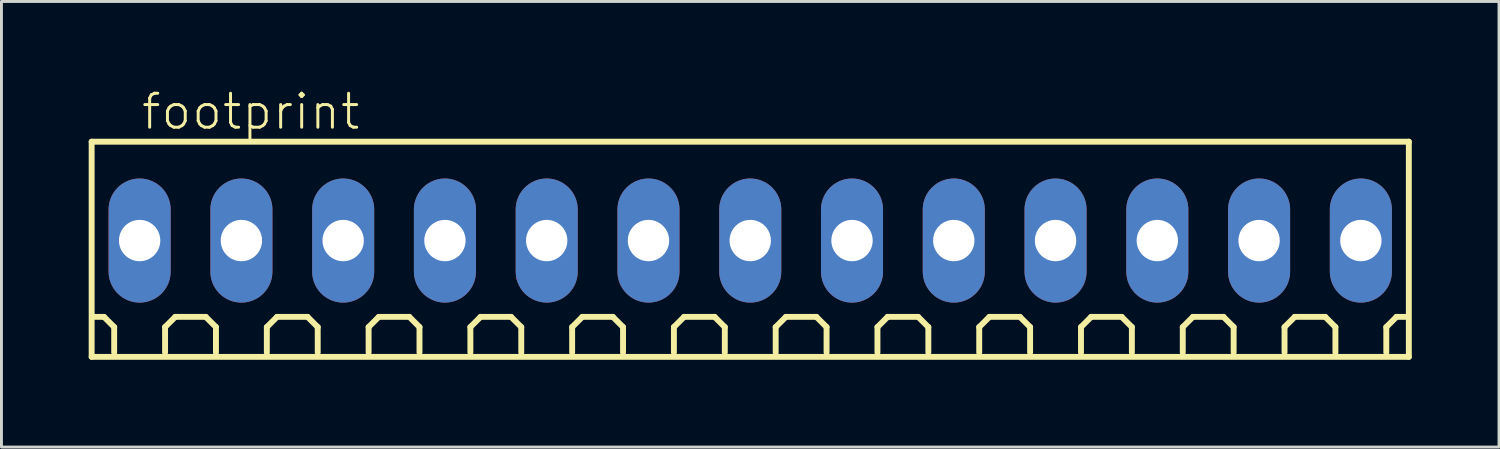
<source format=kicad_pcb>
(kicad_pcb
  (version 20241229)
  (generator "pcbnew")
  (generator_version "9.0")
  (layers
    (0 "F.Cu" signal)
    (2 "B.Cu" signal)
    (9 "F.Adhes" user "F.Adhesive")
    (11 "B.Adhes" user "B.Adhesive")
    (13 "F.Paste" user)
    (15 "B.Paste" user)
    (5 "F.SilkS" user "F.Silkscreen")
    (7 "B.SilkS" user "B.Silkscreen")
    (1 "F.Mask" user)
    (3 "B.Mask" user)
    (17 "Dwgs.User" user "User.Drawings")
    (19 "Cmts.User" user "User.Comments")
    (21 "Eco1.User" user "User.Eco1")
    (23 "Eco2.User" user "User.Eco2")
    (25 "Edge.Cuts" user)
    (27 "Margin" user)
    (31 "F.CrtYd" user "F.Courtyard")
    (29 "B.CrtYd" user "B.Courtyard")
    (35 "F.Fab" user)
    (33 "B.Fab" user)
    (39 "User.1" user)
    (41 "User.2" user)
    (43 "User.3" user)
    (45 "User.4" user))
  (footprint "footprint"
    (layer "F.Cu")
    (at 22.752 5.223)
    (property "Reference" "footprint" (at -21 -3.75 0) (layer "F.SilkS") (effects (font (size 1.168 1.168) (thickness 0.102)) (justify left bottom)))
    (fp_line (start -22.65 -3.4) (end 22.65 -3.4) (stroke (width 0.203) (type solid)) (layer "F.SilkS"))
    (fp_line (start -22.65 4) (end -22.65 -3.4) (stroke (width 0.203) (type solid)) (layer "F.SilkS"))
    (fp_line (start -22.225 2.625) (end -22.575 2.625) (stroke (width 0.203) (type solid)) (layer "F.SilkS"))
    (fp_line (start -21.875 2.975) (end -22.225 2.625) (stroke (width 0.203) (type solid)) (layer "F.SilkS"))
    (fp_line (start -21.875 3.85) (end -21.875 2.975) (stroke (width 0.203) (type solid)) (layer "F.SilkS"))
    (fp_line (start -20.125 2.975) (end -19.775 2.625) (stroke (width 0.203) (type solid)) (layer "F.SilkS"))
    (fp_line (start -20.125 3.85) (end -20.125 2.975) (stroke (width 0.203) (type solid)) (layer "F.SilkS"))
    (fp_line (start -19.775 2.625) (end -18.725 2.625) (stroke (width 0.203) (type solid)) (layer "F.SilkS"))
    (fp_line (start -18.725 2.625) (end -18.375 2.975) (stroke (width 0.203) (type solid)) (layer "F.SilkS"))
    (fp_line (start -18.375 2.975) (end -18.375 3.85) (stroke (width 0.203) (type solid)) (layer "F.SilkS"))
    (fp_line (start -16.625 2.975) (end -16.275 2.625) (stroke (width 0.203) (type solid)) (layer "F.SilkS"))
    (fp_line (start -16.625 3.85) (end -16.625 2.975) (stroke (width 0.203) (type solid)) (layer "F.SilkS"))
    (fp_line (start -16.275 2.625) (end -15.225 2.625) (stroke (width 0.203) (type solid)) (layer "F.SilkS"))
    (fp_line (start -15.225 2.625) (end -14.875 2.975) (stroke (width 0.203) (type solid)) (layer "F.SilkS"))
    (fp_line (start -14.875 2.975) (end -14.875 3.85) (stroke (width 0.203) (type solid)) (layer "F.SilkS"))
    (fp_line (start -13.125 2.975) (end -12.775 2.625) (stroke (width 0.203) (type solid)) (layer "F.SilkS"))
    (fp_line (start -13.125 3.85) (end -13.125 2.975) (stroke (width 0.203) (type solid)) (layer "F.SilkS"))
    (fp_line (start -12.775 2.625) (end -11.725 2.625) (stroke (width 0.203) (type solid)) (layer "F.SilkS"))
    (fp_line (start -11.725 2.625) (end -11.375 2.975) (stroke (width 0.203) (type solid)) (layer "F.SilkS"))
    (fp_line (start -11.375 2.975) (end -11.375 3.85) (stroke (width 0.203) (type solid)) (layer "F.SilkS"))
    (fp_line (start -9.625 2.975) (end -9.275 2.625) (stroke (width 0.203) (type solid)) (layer "F.SilkS"))
    (fp_line (start -9.625 3.85) (end -9.625 2.975) (stroke (width 0.203) (type solid)) (layer "F.SilkS"))
    (fp_line (start -9.275 2.625) (end -8.225 2.625) (stroke (width 0.203) (type solid)) (layer "F.SilkS"))
    (fp_line (start -8.225 2.625) (end -7.875 2.975) (stroke (width 0.203) (type solid)) (layer "F.SilkS"))
    (fp_line (start -7.875 2.975) (end -7.875 3.85) (stroke (width 0.203) (type solid)) (layer "F.SilkS"))
    (fp_line (start -6.125 2.975) (end -5.775 2.625) (stroke (width 0.203) (type solid)) (layer "F.SilkS"))
    (fp_line (start -6.125 3.85) (end -6.125 2.975) (stroke (width 0.203) (type solid)) (layer "F.SilkS"))
    (fp_line (start -5.775 2.625) (end -4.725 2.625) (stroke (width 0.203) (type solid)) (layer "F.SilkS"))
    (fp_line (start -4.725 2.625) (end -4.375 2.975) (stroke (width 0.203) (type solid)) (layer "F.SilkS"))
    (fp_line (start -4.375 2.975) (end -4.375 3.85) (stroke (width 0.203) (type solid)) (layer "F.SilkS"))
    (fp_line (start -2.625 2.975) (end -2.275 2.625) (stroke (width 0.203) (type solid)) (layer "F.SilkS"))
    (fp_line (start -2.625 3.85) (end -2.625 2.975) (stroke (width 0.203) (type solid)) (layer "F.SilkS"))
    (fp_line (start -2.275 2.625) (end -1.225 2.625) (stroke (width 0.203) (type solid)) (layer "F.SilkS"))
    (fp_line (start -1.225 2.625) (end -0.875 2.975) (stroke (width 0.203) (type solid)) (layer "F.SilkS"))
    (fp_line (start -0.875 2.975) (end -0.875 3.85) (stroke (width 0.203) (type solid)) (layer "F.SilkS"))
    (fp_line (start 0.875 2.975) (end 1.225 2.625) (stroke (width 0.203) (type solid)) (layer "F.SilkS"))
    (fp_line (start 0.875 3.85) (end 0.875 2.975) (stroke (width 0.203) (type solid)) (layer "F.SilkS"))
    (fp_line (start 1.225 2.625) (end 2.275 2.625) (stroke (width 0.203) (type solid)) (layer "F.SilkS"))
    (fp_line (start 2.275 2.625) (end 2.625 2.975) (stroke (width 0.203) (type solid)) (layer "F.SilkS"))
    (fp_line (start 2.625 2.975) (end 2.625 3.85) (stroke (width 0.203) (type solid)) (layer "F.SilkS"))
    (fp_line (start 4.375 2.975) (end 4.725 2.625) (stroke (width 0.203) (type solid)) (layer "F.SilkS"))
    (fp_line (start 4.375 3.85) (end 4.375 2.975) (stroke (width 0.203) (type solid)) (layer "F.SilkS"))
    (fp_line (start 4.725 2.625) (end 5.775 2.625) (stroke (width 0.203) (type solid)) (layer "F.SilkS"))
    (fp_line (start 5.775 2.625) (end 6.125 2.975) (stroke (width 0.203) (type solid)) (layer "F.SilkS"))
    (fp_line (start 6.125 2.975) (end 6.125 3.85) (stroke (width 0.203) (type solid)) (layer "F.SilkS"))
    (fp_line (start 7.875 2.975) (end 8.225 2.625) (stroke (width 0.203) (type solid)) (layer "F.SilkS"))
    (fp_line (start 7.875 3.85) (end 7.875 2.975) (stroke (width 0.203) (type solid)) (layer "F.SilkS"))
    (fp_line (start 8.225 2.625) (end 9.275 2.625) (stroke (width 0.203) (type solid)) (layer "F.SilkS"))
    (fp_line (start 9.275 2.625) (end 9.625 2.975) (stroke (width 0.203) (type solid)) (layer "F.SilkS"))
    (fp_line (start 9.625 2.975) (end 9.625 3.85) (stroke (width 0.203) (type solid)) (layer "F.SilkS"))
    (fp_line (start 11.375 2.975) (end 11.725 2.625) (stroke (width 0.203) (type solid)) (layer "F.SilkS"))
    (fp_line (start 11.375 3.85) (end 11.375 2.975) (stroke (width 0.203) (type solid)) (layer "F.SilkS"))
    (fp_line (start 11.725 2.625) (end 12.775 2.625) (stroke (width 0.203) (type solid)) (layer "F.SilkS"))
    (fp_line (start 12.775 2.625) (end 13.125 2.975) (stroke (width 0.203) (type solid)) (layer "F.SilkS"))
    (fp_line (start 13.125 2.975) (end 13.125 3.85) (stroke (width 0.203) (type solid)) (layer "F.SilkS"))
    (fp_line (start 14.875 2.975) (end 15.225 2.625) (stroke (width 0.203) (type solid)) (layer "F.SilkS"))
    (fp_line (start 14.875 3.85) (end 14.875 2.975) (stroke (width 0.203) (type solid)) (layer "F.SilkS"))
    (fp_line (start 15.225 2.625) (end 16.275 2.625) (stroke (width 0.203) (type solid)) (layer "F.SilkS"))
    (fp_line (start 16.275 2.625) (end 16.625 2.975) (stroke (width 0.203) (type solid)) (layer "F.SilkS"))
    (fp_line (start 16.625 2.975) (end 16.625 3.85) (stroke (width 0.203) (type solid)) (layer "F.SilkS"))
    (fp_line (start 18.375 2.975) (end 18.725 2.625) (stroke (width 0.203) (type solid)) (layer "F.SilkS"))
    (fp_line (start 18.375 3.85) (end 18.375 2.975) (stroke (width 0.203) (type solid)) (layer "F.SilkS"))
    (fp_line (start 18.725 2.625) (end 19.775 2.625) (stroke (width 0.203) (type solid)) (layer "F.SilkS"))
    (fp_line (start 19.775 2.625) (end 20.125 2.975) (stroke (width 0.203) (type solid)) (layer "F.SilkS"))
    (fp_line (start 20.125 2.975) (end 20.125 3.85) (stroke (width 0.203) (type solid)) (layer "F.SilkS"))
    (fp_line (start 21.875 2.975) (end 22.225 2.625) (stroke (width 0.203) (type solid)) (layer "F.SilkS"))
    (fp_line (start 21.875 3.85) (end 21.875 2.975) (stroke (width 0.203) (type solid)) (layer "F.SilkS"))
    (fp_line (start 22.575 2.625) (end 22.225 2.625) (stroke (width 0.203) (type solid)) (layer "F.SilkS"))
    (fp_line (start 22.65 -3.4) (end 22.65 4) (stroke (width 0.203) (type solid)) (layer "F.SilkS"))
    (fp_line (start 22.65 4) (end -22.65 4) (stroke (width 0.203) (type solid)) (layer "F.SilkS"))
    (pad "1" thru_hole oval (at -21 0 90) (size 4.267 2.134) (drill 1.422) (layers "*.Cu" "*.Mask"))
    (pad "2" thru_hole oval (at -17.5 0 90) (size 4.267 2.134) (drill 1.422) (layers "*.Cu" "*.Mask"))
    (pad "3" thru_hole oval (at -14 0 90) (size 4.267 2.134) (drill 1.422) (layers "*.Cu" "*.Mask"))
    (pad "4" thru_hole oval (at -10.5 0 90) (size 4.267 2.134) (drill 1.422) (layers "*.Cu" "*.Mask"))
    (pad "5" thru_hole oval (at -7 0 90) (size 4.267 2.134) (drill 1.422) (layers "*.Cu" "*.Mask"))
    (pad "6" thru_hole oval (at -3.5 0 90) (size 4.267 2.134) (drill 1.422) (layers "*.Cu" "*.Mask"))
    (pad "7" thru_hole oval (at 0 0 90) (size 4.267 2.134) (drill 1.422) (layers "*.Cu" "*.Mask"))
    (pad "8" thru_hole oval (at 3.5 0 90) (size 4.267 2.134) (drill 1.422) (layers "*.Cu" "*.Mask"))
    (pad "9" thru_hole oval (at 7 0 90) (size 4.267 2.134) (drill 1.422) (layers "*.Cu" "*.Mask"))
    (pad "10" thru_hole oval (at 10.5 0 90) (size 4.267 2.134) (drill 1.422) (layers "*.Cu" "*.Mask"))
    (pad "11" thru_hole oval (at 14 0 90) (size 4.267 2.134) (drill 1.422) (layers "*.Cu" "*.Mask"))
    (pad "12" thru_hole oval (at 17.5 0 90) (size 4.267 2.134) (drill 1.422) (layers "*.Cu" "*.Mask"))
    (pad "13" thru_hole oval (at 21 0 90) (size 4.267 2.134) (drill 1.422) (layers "*.Cu" "*.Mask")))
  (gr_rect
    (start -3 -3)
    (end 48.503 12.325)
    (stroke (width 0.1) (type default))
    (fill no)
    (layer "Edge.Cuts")))
</source>
